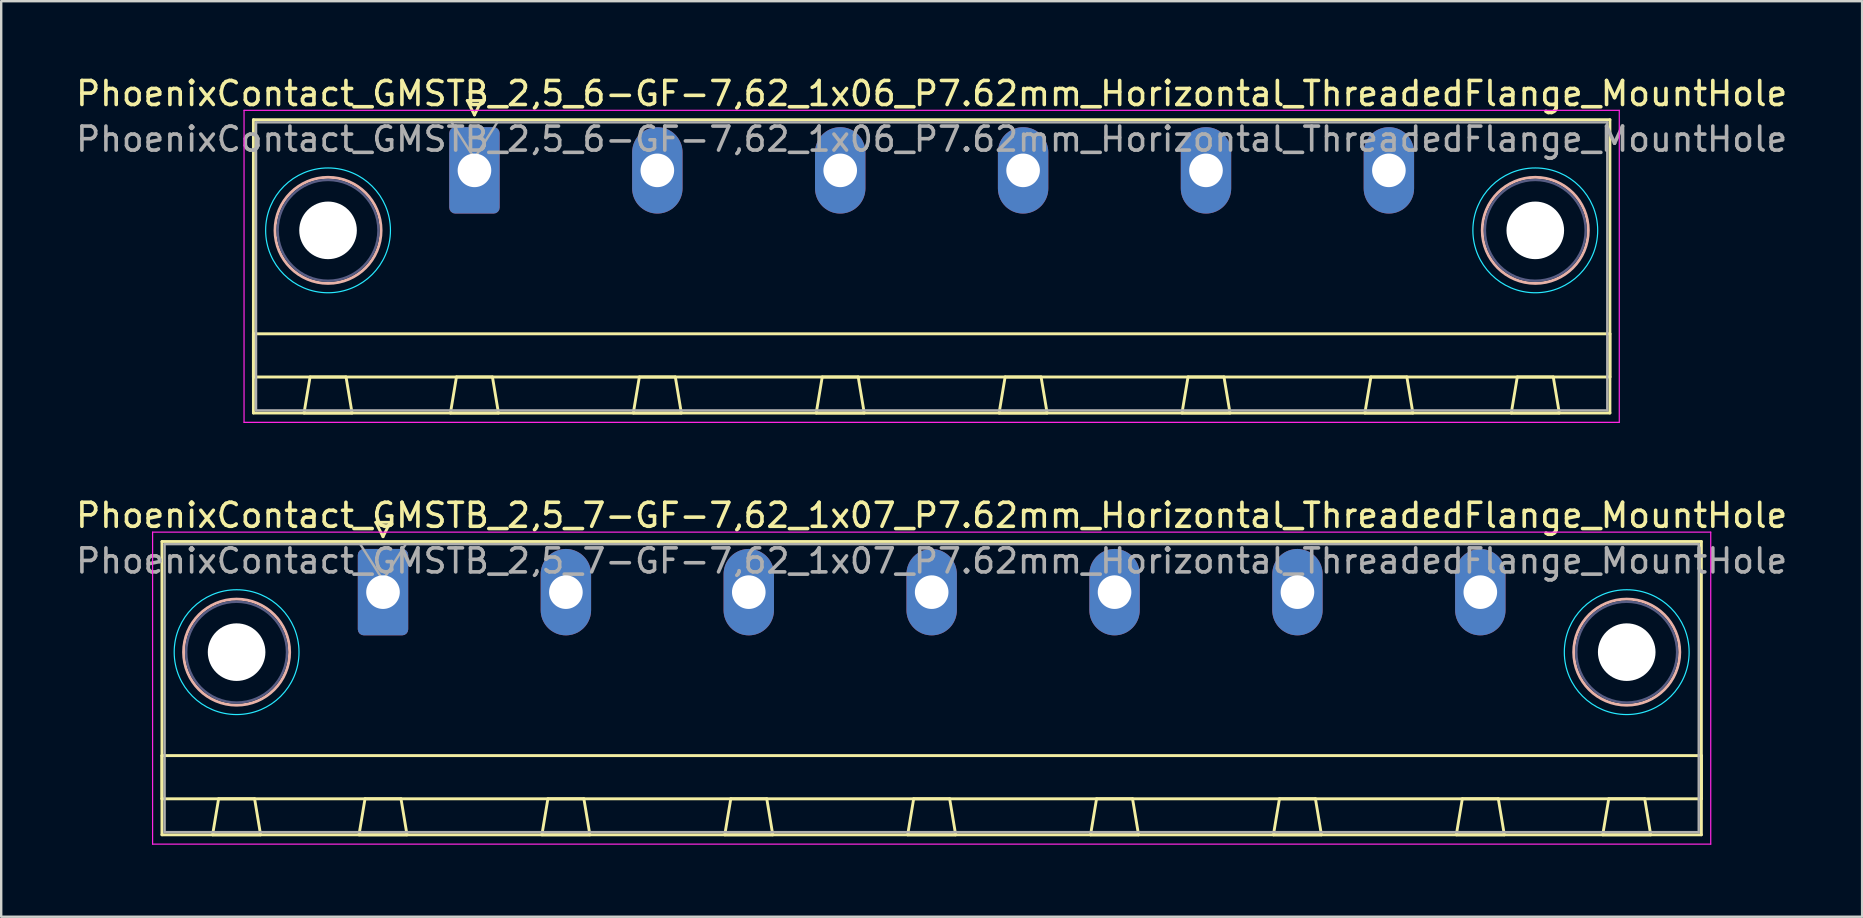
<source format=kicad_pcb>
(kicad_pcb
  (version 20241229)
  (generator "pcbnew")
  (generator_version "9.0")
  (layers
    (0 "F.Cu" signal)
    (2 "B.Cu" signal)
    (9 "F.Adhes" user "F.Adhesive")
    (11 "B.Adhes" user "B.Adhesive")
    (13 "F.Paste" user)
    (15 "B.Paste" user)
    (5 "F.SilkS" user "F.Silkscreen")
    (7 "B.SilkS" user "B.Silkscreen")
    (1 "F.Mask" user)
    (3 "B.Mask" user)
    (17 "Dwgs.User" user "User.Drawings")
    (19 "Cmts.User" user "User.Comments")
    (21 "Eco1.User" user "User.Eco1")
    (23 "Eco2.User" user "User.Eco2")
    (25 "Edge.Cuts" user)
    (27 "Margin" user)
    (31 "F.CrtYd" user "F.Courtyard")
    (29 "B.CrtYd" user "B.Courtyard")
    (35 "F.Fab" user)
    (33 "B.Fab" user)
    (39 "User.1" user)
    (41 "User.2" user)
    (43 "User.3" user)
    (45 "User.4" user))
  (footprint "PhoenixContact_GMSTB_2,5_7-GF-7,62_1x07_P7.62mm_Horizontal_ThreadedFlange_MountHole"
    (layer "F.Cu")
    (at 12.908 21.622)
    (property "Reference" "PhoenixContact_GMSTB_2,5_7-GF-7,62_1x07_P7.62mm_Horizontal_ThreadedFlange_MountHole" (at 22.86 -3.2 0) (layer "F.SilkS") (effects (font (size 1 1) (thickness 0.15))))
    (attr through_hole)
    (fp_line (start -9.21 -2.11) (end -9.21 10.11) (stroke (width 0.12) (type solid)) (layer "F.SilkS"))
    (fp_line (start -9.21 6.81) (end 54.93 6.81) (stroke (width 0.12) (type solid)) (layer "F.SilkS"))
    (fp_line (start -9.21 8.61) (end -9.21 6.81) (stroke (width 0.12) (type solid)) (layer "F.SilkS"))
    (fp_line (start -9.21 10.11) (end 54.93 10.11) (stroke (width 0.12) (type solid)) (layer "F.SilkS"))
    (fp_line (start -7.1 10.11) (end -5.1 10.11) (stroke (width 0.12) (type solid)) (layer "F.SilkS"))
    (fp_line (start -6.85 8.61) (end -7.1 10.11) (stroke (width 0.12) (type solid)) (layer "F.SilkS"))
    (fp_line (start -5.35 8.61) (end -6.85 8.61) (stroke (width 0.12) (type solid)) (layer "F.SilkS"))
    (fp_line (start -5.1 10.11) (end -5.35 8.61) (stroke (width 0.12) (type solid)) (layer "F.SilkS"))
    (fp_line (start -1 10.11) (end 1 10.11) (stroke (width 0.12) (type solid)) (layer "F.SilkS"))
    (fp_line (start -0.75 8.61) (end -1 10.11) (stroke (width 0.12) (type solid)) (layer "F.SilkS"))
    (fp_line (start -0.3 -2.91) (end 0.3 -2.91) (stroke (width 0.12) (type solid)) (layer "F.SilkS"))
    (fp_line (start 0 -2.31) (end -0.3 -2.91) (stroke (width 0.12) (type solid)) (layer "F.SilkS"))
    (fp_line (start 0.3 -2.91) (end 0 -2.31) (stroke (width 0.12) (type solid)) (layer "F.SilkS"))
    (fp_line (start 0.75 8.61) (end -0.75 8.61) (stroke (width 0.12) (type solid)) (layer "F.SilkS"))
    (fp_line (start 1 10.11) (end 0.75 8.61) (stroke (width 0.12) (type solid)) (layer "F.SilkS"))
    (fp_line (start 6.62 10.11) (end 8.62 10.11) (stroke (width 0.12) (type solid)) (layer "F.SilkS"))
    (fp_line (start 6.87 8.61) (end 6.62 10.11) (stroke (width 0.12) (type solid)) (layer "F.SilkS"))
    (fp_line (start 8.37 8.61) (end 6.87 8.61) (stroke (width 0.12) (type solid)) (layer "F.SilkS"))
    (fp_line (start 8.62 10.11) (end 8.37 8.61) (stroke (width 0.12) (type solid)) (layer "F.SilkS"))
    (fp_line (start 14.24 10.11) (end 16.24 10.11) (stroke (width 0.12) (type solid)) (layer "F.SilkS"))
    (fp_line (start 14.49 8.61) (end 14.24 10.11) (stroke (width 0.12) (type solid)) (layer "F.SilkS"))
    (fp_line (start 15.99 8.61) (end 14.49 8.61) (stroke (width 0.12) (type solid)) (layer "F.SilkS"))
    (fp_line (start 16.24 10.11) (end 15.99 8.61) (stroke (width 0.12) (type solid)) (layer "F.SilkS"))
    (fp_line (start 21.86 10.11) (end 23.86 10.11) (stroke (width 0.12) (type solid)) (layer "F.SilkS"))
    (fp_line (start 22.11 8.61) (end 21.86 10.11) (stroke (width 0.12) (type solid)) (layer "F.SilkS"))
    (fp_line (start 23.61 8.61) (end 22.11 8.61) (stroke (width 0.12) (type solid)) (layer "F.SilkS"))
    (fp_line (start 23.86 10.11) (end 23.61 8.61) (stroke (width 0.12) (type solid)) (layer "F.SilkS"))
    (fp_line (start 29.48 10.11) (end 31.48 10.11) (stroke (width 0.12) (type solid)) (layer "F.SilkS"))
    (fp_line (start 29.73 8.61) (end 29.48 10.11) (stroke (width 0.12) (type solid)) (layer "F.SilkS"))
    (fp_line (start 31.23 8.61) (end 29.73 8.61) (stroke (width 0.12) (type solid)) (layer "F.SilkS"))
    (fp_line (start 31.48 10.11) (end 31.23 8.61) (stroke (width 0.12) (type solid)) (layer "F.SilkS"))
    (fp_line (start 37.1 10.11) (end 39.1 10.11) (stroke (width 0.12) (type solid)) (layer "F.SilkS"))
    (fp_line (start 37.35 8.61) (end 37.1 10.11) (stroke (width 0.12) (type solid)) (layer "F.SilkS"))
    (fp_line (start 38.85 8.61) (end 37.35 8.61) (stroke (width 0.12) (type solid)) (layer "F.SilkS"))
    (fp_line (start 39.1 10.11) (end 38.85 8.61) (stroke (width 0.12) (type solid)) (layer "F.SilkS"))
    (fp_line (start 44.72 10.11) (end 46.72 10.11) (stroke (width 0.12) (type solid)) (layer "F.SilkS"))
    (fp_line (start 44.97 8.61) (end 44.72 10.11) (stroke (width 0.12) (type solid)) (layer "F.SilkS"))
    (fp_line (start 46.47 8.61) (end 44.97 8.61) (stroke (width 0.12) (type solid)) (layer "F.SilkS"))
    (fp_line (start 46.72 10.11) (end 46.47 8.61) (stroke (width 0.12) (type solid)) (layer "F.SilkS"))
    (fp_line (start 50.82 10.11) (end 52.82 10.11) (stroke (width 0.12) (type solid)) (layer "F.SilkS"))
    (fp_line (start 51.07 8.61) (end 50.82 10.11) (stroke (width 0.12) (type solid)) (layer "F.SilkS"))
    (fp_line (start 52.57 8.61) (end 51.07 8.61) (stroke (width 0.12) (type solid)) (layer "F.SilkS"))
    (fp_line (start 52.82 10.11) (end 52.57 8.61) (stroke (width 0.12) (type solid)) (layer "F.SilkS"))
    (fp_line (start 54.93 -2.11) (end -9.21 -2.11) (stroke (width 0.12) (type solid)) (layer "F.SilkS"))
    (fp_line (start 54.93 6.81) (end 54.93 8.61) (stroke (width 0.12) (type solid)) (layer "F.SilkS"))
    (fp_line (start 54.93 8.61) (end -9.21 8.61) (stroke (width 0.12) (type solid)) (layer "F.SilkS"))
    (fp_line (start 54.93 10.11) (end 54.93 -2.11) (stroke (width 0.12) (type solid)) (layer "F.SilkS"))
    (fp_circle (center -6.1 2.5) (end -3.89 2.5) (stroke (width 0.12) (type solid)) (fill no) (layer "B.SilkS"))
    (fp_circle (center 51.82 2.5) (end 54.03 2.5) (stroke (width 0.12) (type solid)) (fill no) (layer "B.SilkS"))
    (fp_circle (center -6.1 2.5) (end -3.5 2.5) (stroke (width 0.05) (type solid)) (fill no) (layer "B.CrtYd"))
    (fp_circle (center 51.82 2.5) (end 54.42 2.5) (stroke (width 0.05) (type solid)) (fill no) (layer "B.CrtYd"))
    (fp_line (start -9.6 -2.5) (end -9.6 10.5) (stroke (width 0.05) (type solid)) (layer "F.CrtYd"))
    (fp_line (start -9.6 10.5) (end 55.32 10.5) (stroke (width 0.05) (type solid)) (layer "F.CrtYd"))
    (fp_line (start 55.32 -2.5) (end -9.6 -2.5) (stroke (width 0.05) (type solid)) (layer "F.CrtYd"))
    (fp_line (start 55.32 10.5) (end 55.32 -2.5) (stroke (width 0.05) (type solid)) (layer "F.CrtYd"))
    (fp_circle (center -6.1 2.5) (end -4 2.5) (stroke (width 0.1) (type solid)) (fill no) (layer "B.Fab"))
    (fp_circle (center 51.82 2.5) (end 53.92 2.5) (stroke (width 0.1) (type solid)) (fill no) (layer "B.Fab"))
    (fp_line (start -9.1 -2) (end -9.1 10) (stroke (width 0.1) (type solid)) (layer "F.Fab"))
    (fp_line (start -9.1 10) (end 54.82 10) (stroke (width 0.1) (type solid)) (layer "F.Fab"))
    (fp_line (start 0 -0.5) (end -0.95 -2) (stroke (width 0.1) (type solid)) (layer "F.Fab"))
    (fp_line (start 0.95 -2) (end 0 -0.5) (stroke (width 0.1) (type solid)) (layer "F.Fab"))
    (fp_line (start 54.82 -2) (end -9.1 -2) (stroke (width 0.1) (type solid)) (layer "F.Fab"))
    (fp_line (start 54.82 10) (end 54.82 -2) (stroke (width 0.1) (type solid)) (layer "F.Fab"))
    (fp_text user "${REFERENCE}" (at 22.86 -1.3 0) (layer "F.Fab") (effects (font (size 1 1) (thickness 0.15))))
    (pad "" np_thru_hole circle (at -6.1 2.5) (size 2.4 2.4) (drill 2.4) (layers "*.Cu" "*.Mask"))
    (pad "" np_thru_hole circle (at 51.82 2.5) (size 2.4 2.4) (drill 2.4) (layers "*.Cu" "*.Mask"))
    (pad "1" thru_hole roundrect (at 0 0) (size 2.1 3.6) (drill 1.4) (layers "*.Cu" "*.Mask") (roundrect_rratio 0.119))
    (pad "2" thru_hole oval (at 7.62 0) (size 2.1 3.6) (drill 1.4) (layers "*.Cu" "*.Mask"))
    (pad "3" thru_hole oval (at 15.24 0) (size 2.1 3.6) (drill 1.4) (layers "*.Cu" "*.Mask"))
    (pad "4" thru_hole oval (at 22.86 0) (size 2.1 3.6) (drill 1.4) (layers "*.Cu" "*.Mask"))
    (pad "5" thru_hole oval (at 30.48 0) (size 2.1 3.6) (drill 1.4) (layers "*.Cu" "*.Mask"))
    (pad "6" thru_hole oval (at 38.1 0) (size 2.1 3.6) (drill 1.4) (layers "*.Cu" "*.Mask"))
    (pad "7" thru_hole oval (at 45.72 0) (size 2.1 3.6) (drill 1.4) (layers "*.Cu" "*.Mask")))
  (footprint "PhoenixContact_GMSTB_2,5_6-GF-7,62_1x06_P7.62mm_Horizontal_ThreadedFlange_MountHole"
    (layer "F.Cu")
    (at 16.718 4.048)
    (property "Reference" "PhoenixContact_GMSTB_2,5_6-GF-7,62_1x06_P7.62mm_Horizontal_ThreadedFlange_MountHole" (at 19.05 -3.2 0) (layer "F.SilkS") (effects (font (size 1 1) (thickness 0.15))))
    (attr through_hole)
    (fp_line (start -9.21 -2.11) (end -9.21 10.11) (stroke (width 0.12) (type solid)) (layer "F.SilkS"))
    (fp_line (start -9.21 6.81) (end 47.31 6.81) (stroke (width 0.12) (type solid)) (layer "F.SilkS"))
    (fp_line (start -9.21 8.61) (end -9.21 6.81) (stroke (width 0.12) (type solid)) (layer "F.SilkS"))
    (fp_line (start -9.21 10.11) (end 47.31 10.11) (stroke (width 0.12) (type solid)) (layer "F.SilkS"))
    (fp_line (start -7.1 10.11) (end -5.1 10.11) (stroke (width 0.12) (type solid)) (layer "F.SilkS"))
    (fp_line (start -6.85 8.61) (end -7.1 10.11) (stroke (width 0.12) (type solid)) (layer "F.SilkS"))
    (fp_line (start -5.35 8.61) (end -6.85 8.61) (stroke (width 0.12) (type solid)) (layer "F.SilkS"))
    (fp_line (start -5.1 10.11) (end -5.35 8.61) (stroke (width 0.12) (type solid)) (layer "F.SilkS"))
    (fp_line (start -1 10.11) (end 1 10.11) (stroke (width 0.12) (type solid)) (layer "F.SilkS"))
    (fp_line (start -0.75 8.61) (end -1 10.11) (stroke (width 0.12) (type solid)) (layer "F.SilkS"))
    (fp_line (start -0.3 -2.91) (end 0.3 -2.91) (stroke (width 0.12) (type solid)) (layer "F.SilkS"))
    (fp_line (start 0 -2.31) (end -0.3 -2.91) (stroke (width 0.12) (type solid)) (layer "F.SilkS"))
    (fp_line (start 0.3 -2.91) (end 0 -2.31) (stroke (width 0.12) (type solid)) (layer "F.SilkS"))
    (fp_line (start 0.75 8.61) (end -0.75 8.61) (stroke (width 0.12) (type solid)) (layer "F.SilkS"))
    (fp_line (start 1 10.11) (end 0.75 8.61) (stroke (width 0.12) (type solid)) (layer "F.SilkS"))
    (fp_line (start 6.62 10.11) (end 8.62 10.11) (stroke (width 0.12) (type solid)) (layer "F.SilkS"))
    (fp_line (start 6.87 8.61) (end 6.62 10.11) (stroke (width 0.12) (type solid)) (layer "F.SilkS"))
    (fp_line (start 8.37 8.61) (end 6.87 8.61) (stroke (width 0.12) (type solid)) (layer "F.SilkS"))
    (fp_line (start 8.62 10.11) (end 8.37 8.61) (stroke (width 0.12) (type solid)) (layer "F.SilkS"))
    (fp_line (start 14.24 10.11) (end 16.24 10.11) (stroke (width 0.12) (type solid)) (layer "F.SilkS"))
    (fp_line (start 14.49 8.61) (end 14.24 10.11) (stroke (width 0.12) (type solid)) (layer "F.SilkS"))
    (fp_line (start 15.99 8.61) (end 14.49 8.61) (stroke (width 0.12) (type solid)) (layer "F.SilkS"))
    (fp_line (start 16.24 10.11) (end 15.99 8.61) (stroke (width 0.12) (type solid)) (layer "F.SilkS"))
    (fp_line (start 21.86 10.11) (end 23.86 10.11) (stroke (width 0.12) (type solid)) (layer "F.SilkS"))
    (fp_line (start 22.11 8.61) (end 21.86 10.11) (stroke (width 0.12) (type solid)) (layer "F.SilkS"))
    (fp_line (start 23.61 8.61) (end 22.11 8.61) (stroke (width 0.12) (type solid)) (layer "F.SilkS"))
    (fp_line (start 23.86 10.11) (end 23.61 8.61) (stroke (width 0.12) (type solid)) (layer "F.SilkS"))
    (fp_line (start 29.48 10.11) (end 31.48 10.11) (stroke (width 0.12) (type solid)) (layer "F.SilkS"))
    (fp_line (start 29.73 8.61) (end 29.48 10.11) (stroke (width 0.12) (type solid)) (layer "F.SilkS"))
    (fp_line (start 31.23 8.61) (end 29.73 8.61) (stroke (width 0.12) (type solid)) (layer "F.SilkS"))
    (fp_line (start 31.48 10.11) (end 31.23 8.61) (stroke (width 0.12) (type solid)) (layer "F.SilkS"))
    (fp_line (start 37.1 10.11) (end 39.1 10.11) (stroke (width 0.12) (type solid)) (layer "F.SilkS"))
    (fp_line (start 37.35 8.61) (end 37.1 10.11) (stroke (width 0.12) (type solid)) (layer "F.SilkS"))
    (fp_line (start 38.85 8.61) (end 37.35 8.61) (stroke (width 0.12) (type solid)) (layer "F.SilkS"))
    (fp_line (start 39.1 10.11) (end 38.85 8.61) (stroke (width 0.12) (type solid)) (layer "F.SilkS"))
    (fp_line (start 43.2 10.11) (end 45.2 10.11) (stroke (width 0.12) (type solid)) (layer "F.SilkS"))
    (fp_line (start 43.45 8.61) (end 43.2 10.11) (stroke (width 0.12) (type solid)) (layer "F.SilkS"))
    (fp_line (start 44.95 8.61) (end 43.45 8.61) (stroke (width 0.12) (type solid)) (layer "F.SilkS"))
    (fp_line (start 45.2 10.11) (end 44.95 8.61) (stroke (width 0.12) (type solid)) (layer "F.SilkS"))
    (fp_line (start 47.31 -2.11) (end -9.21 -2.11) (stroke (width 0.12) (type solid)) (layer "F.SilkS"))
    (fp_line (start 47.31 6.81) (end 47.31 8.61) (stroke (width 0.12) (type solid)) (layer "F.SilkS"))
    (fp_line (start 47.31 8.61) (end -9.21 8.61) (stroke (width 0.12) (type solid)) (layer "F.SilkS"))
    (fp_line (start 47.31 10.11) (end 47.31 -2.11) (stroke (width 0.12) (type solid)) (layer "F.SilkS"))
    (fp_circle (center -6.1 2.5) (end -3.89 2.5) (stroke (width 0.12) (type solid)) (fill no) (layer "B.SilkS"))
    (fp_circle (center 44.2 2.5) (end 46.41 2.5) (stroke (width 0.12) (type solid)) (fill no) (layer "B.SilkS"))
    (fp_circle (center -6.1 2.5) (end -3.5 2.5) (stroke (width 0.05) (type solid)) (fill no) (layer "B.CrtYd"))
    (fp_circle (center 44.2 2.5) (end 46.8 2.5) (stroke (width 0.05) (type solid)) (fill no) (layer "B.CrtYd"))
    (fp_line (start -9.6 -2.5) (end -9.6 10.5) (stroke (width 0.05) (type solid)) (layer "F.CrtYd"))
    (fp_line (start -9.6 10.5) (end 47.7 10.5) (stroke (width 0.05) (type solid)) (layer "F.CrtYd"))
    (fp_line (start 47.7 -2.5) (end -9.6 -2.5) (stroke (width 0.05) (type solid)) (layer "F.CrtYd"))
    (fp_line (start 47.7 10.5) (end 47.7 -2.5) (stroke (width 0.05) (type solid)) (layer "F.CrtYd"))
    (fp_circle (center -6.1 2.5) (end -4 2.5) (stroke (width 0.1) (type solid)) (fill no) (layer "B.Fab"))
    (fp_circle (center 44.2 2.5) (end 46.3 2.5) (stroke (width 0.1) (type solid)) (fill no) (layer "B.Fab"))
    (fp_line (start -9.1 -2) (end -9.1 10) (stroke (width 0.1) (type solid)) (layer "F.Fab"))
    (fp_line (start -9.1 10) (end 47.2 10) (stroke (width 0.1) (type solid)) (layer "F.Fab"))
    (fp_line (start 0 -0.5) (end -0.95 -2) (stroke (width 0.1) (type solid)) (layer "F.Fab"))
    (fp_line (start 0.95 -2) (end 0 -0.5) (stroke (width 0.1) (type solid)) (layer "F.Fab"))
    (fp_line (start 47.2 -2) (end -9.1 -2) (stroke (width 0.1) (type solid)) (layer "F.Fab"))
    (fp_line (start 47.2 10) (end 47.2 -2) (stroke (width 0.1) (type solid)) (layer "F.Fab"))
    (fp_text user "${REFERENCE}" (at 19.05 -1.3 0) (layer "F.Fab") (effects (font (size 1 1) (thickness 0.15))))
    (pad "" np_thru_hole circle (at -6.1 2.5) (size 2.4 2.4) (drill 2.4) (layers "*.Cu" "*.Mask"))
    (pad "" np_thru_hole circle (at 44.2 2.5) (size 2.4 2.4) (drill 2.4) (layers "*.Cu" "*.Mask"))
    (pad "1" thru_hole roundrect (at 0 0) (size 2.1 3.6) (drill 1.4) (layers "*.Cu" "*.Mask") (roundrect_rratio 0.119))
    (pad "2" thru_hole oval (at 7.62 0) (size 2.1 3.6) (drill 1.4) (layers "*.Cu" "*.Mask"))
    (pad "3" thru_hole oval (at 15.24 0) (size 2.1 3.6) (drill 1.4) (layers "*.Cu" "*.Mask"))
    (pad "4" thru_hole oval (at 22.86 0) (size 2.1 3.6) (drill 1.4) (layers "*.Cu" "*.Mask"))
    (pad "5" thru_hole oval (at 30.48 0) (size 2.1 3.6) (drill 1.4) (layers "*.Cu" "*.Mask"))
    (pad "6" thru_hole oval (at 38.1 0) (size 2.1 3.6) (drill 1.4) (layers "*.Cu" "*.Mask")))
  (gr_rect
    (start -3 -3)
    (end 74.536 35.147)
    (stroke (width 0.1) (type default))
    (fill no)
    (layer "Edge.Cuts")))
</source>
